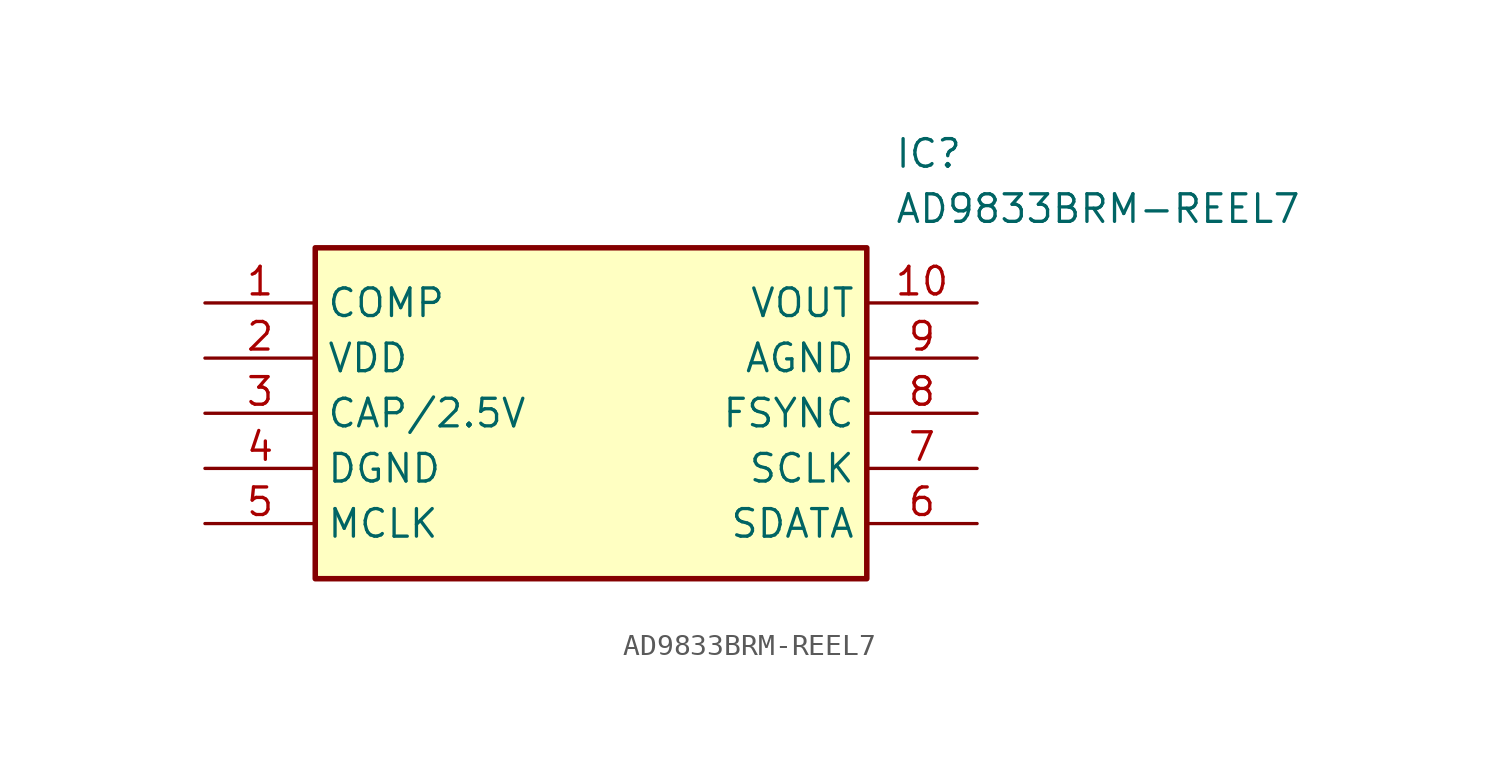
<source format=kicad_sym>
(kicad_symbol_lib
  (version 20211014)
  (generator SamacSys_ECAD_Model)
  (symbol "AD9833BRM-REEL7"
    (property "Reference" "IC"
      (at 31.75 7.62 0)
      (effects (font (size 1.27 1.27)) (justify left top)))
    (property "Value" "AD9833BRM-REEL7"
      (at 31.75 5.08 0)
      (effects (font (size 1.27 1.27)) (justify left top)))
    (rectangle
      (start 5.08 2.54)
      (end 30.48 -12.7)
      (stroke (width 0.254) (type default))
      (fill (type background)))
    (pin passive line
      (at 0 0 0)
      (length 5.08)
      (name "COMP" (effects (font (size 1.27 1.27))))
      (number "1" (effects (font (size 1.27 1.27)))))
    (pin passive line
      (at 0 -2.54 0)
      (length 5.08)
      (name "VDD" (effects (font (size 1.27 1.27))))
      (number "2" (effects (font (size 1.27 1.27)))))
    (pin passive line
      (at 0 -5.08 0)
      (length 5.08)
      (name "CAP/2.5V" (effects (font (size 1.27 1.27))))
      (number "3" (effects (font (size 1.27 1.27)))))
    (pin passive line
      (at 0 -7.62 0)
      (length 5.08)
      (name "DGND" (effects (font (size 1.27 1.27))))
      (number "4" (effects (font (size 1.27 1.27)))))
    (pin passive line
      (at 0 -10.16 0)
      (length 5.08)
      (name "MCLK" (effects (font (size 1.27 1.27))))
      (number "5" (effects (font (size 1.27 1.27)))))
    (pin passive line
      (at 35.56 0 180)
      (length 5.08)
      (name "VOUT" (effects (font (size 1.27 1.27))))
      (number "10" (effects (font (size 1.27 1.27)))))
    (pin passive line
      (at 35.56 -2.54 180)
      (length 5.08)
      (name "AGND" (effects (font (size 1.27 1.27))))
      (number "9" (effects (font (size 1.27 1.27)))))
    (pin passive line
      (at 35.56 -5.08 180)
      (length 5.08)
      (name "FSYNC" (effects (font (size 1.27 1.27))))
      (number "8" (effects (font (size 1.27 1.27)))))
    (pin passive line
      (at 35.56 -7.62 180)
      (length 5.08)
      (name "SCLK" (effects (font (size 1.27 1.27))))
      (number "7" (effects (font (size 1.27 1.27)))))
    (pin passive line
      (at 35.56 -10.16 180)
      (length 5.08)
      (name "SDATA" (effects (font (size 1.27 1.27))))
      (number "6" (effects (font (size 1.27 1.27)))))))
</source>
